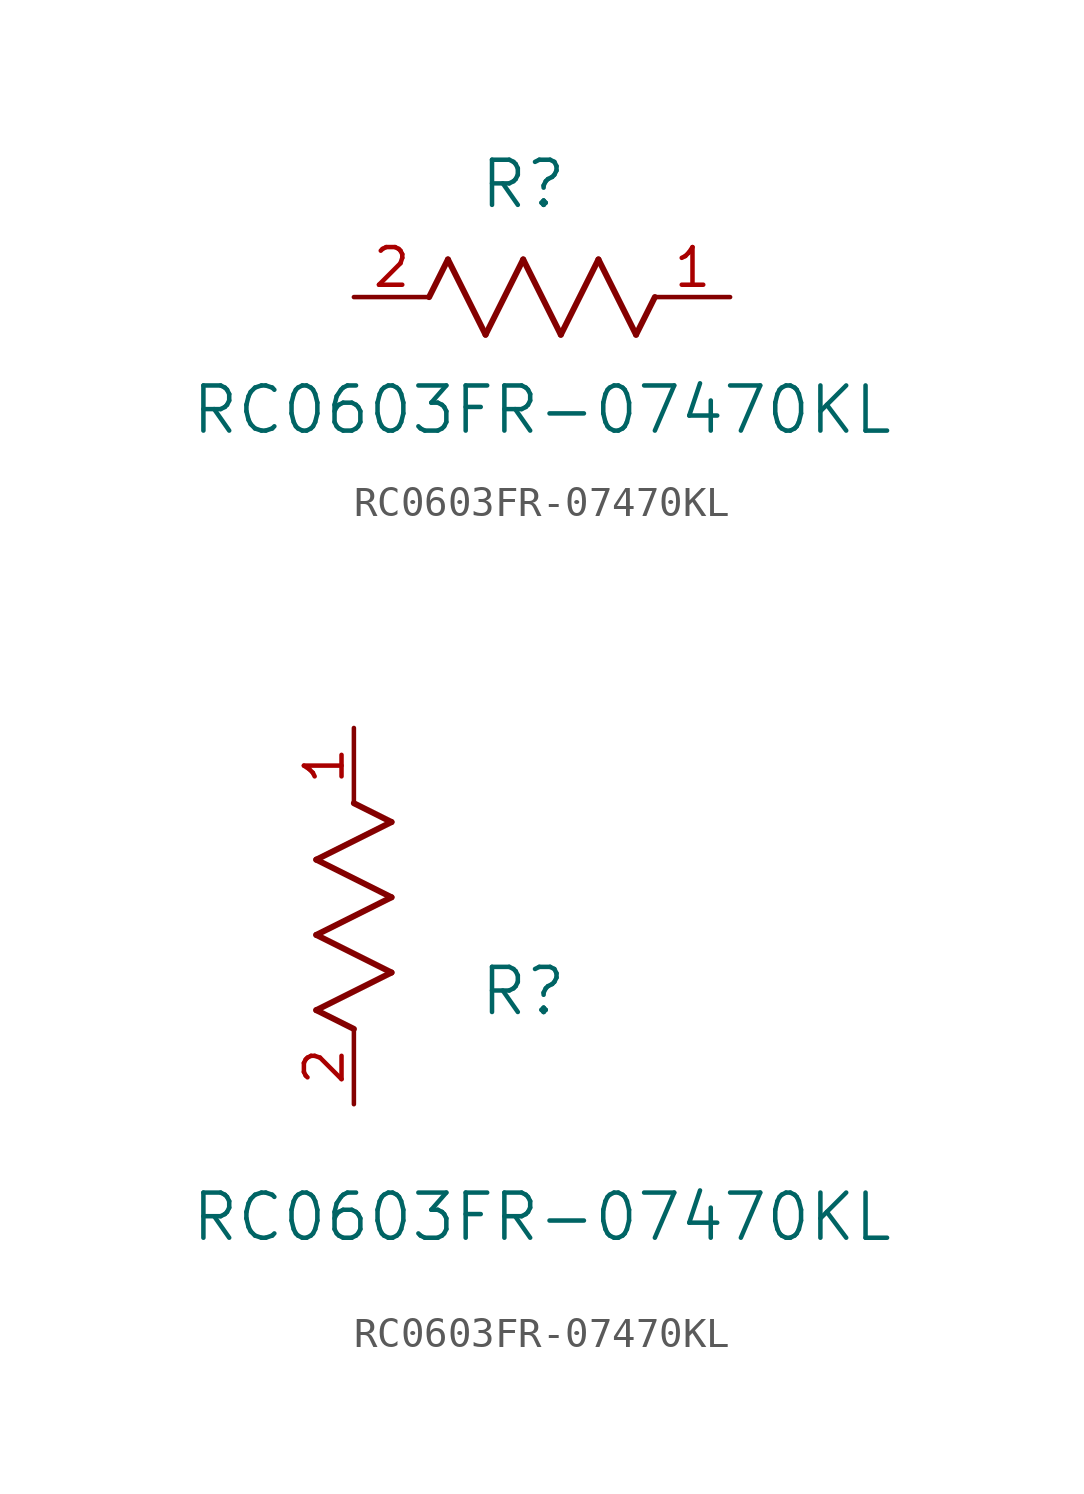
<source format=kicad_sym>
(kicad_symbol_lib
  (version 20241209)
  (generator "kicad_symbol_editor")
  (generator_version "9.0")
  (symbol "RC0603FR-07470KL"
    (pin_names
      (offset 0.254))
    (property "Reference" "R"
      (at 5.715 3.81 0)
      (effects (font (size 1.524 1.524))))
    (property "Value" "RC0603FR-07470KL"
      (at 6.35 -3.81 0)
      (effects (font (size 1.524 1.524))))
    (symbol "RC0603FR-07470KL_1_1"
      (polyline (pts (xy 2.54 0) (xy 3.175 1.27)) (stroke (width 0.203) (type default)) (fill (type none)))
      (polyline (pts (xy 3.175 1.27) (xy 4.445 -1.27)) (stroke (width 0.203) (type default)) (fill (type none)))
      (polyline (pts (xy 4.445 -1.27) (xy 5.715 1.27)) (stroke (width 0.203) (type default)) (fill (type none)))
      (polyline (pts (xy 5.715 1.27) (xy 6.985 -1.27)) (stroke (width 0.203) (type default)) (fill (type none)))
      (polyline (pts (xy 6.985 -1.27) (xy 8.255 1.27)) (stroke (width 0.203) (type default)) (fill (type none)))
      (polyline (pts (xy 8.255 1.27) (xy 9.525 -1.27)) (stroke (width 0.203) (type default)) (fill (type none)))
      (polyline (pts (xy 9.525 -1.27) (xy 10.16 0)) (stroke (width 0.203) (type default)) (fill (type none)))
      (pin unspecified line (at 0 0 0) (length 2.54) (name "" (effects (font (size 1.27 1.27)))) (number "2" (effects (font (size 1.27 1.27)))))
      (pin unspecified line (at 12.7 0 180) (length 2.54) (name "" (effects (font (size 1.27 1.27)))) (number "1" (effects (font (size 1.27 1.27))))))
    (symbol "RC0603FR-07470KL_1_2"
      (polyline (pts (xy -1.27 8.255) (xy 1.27 9.525)) (stroke (width 0.203) (type default)) (fill (type none)))
      (polyline (pts (xy -1.27 5.715) (xy 1.27 6.985)) (stroke (width 0.203) (type default)) (fill (type none)))
      (polyline (pts (xy -1.27 3.175) (xy 1.27 4.445)) (stroke (width 0.203) (type default)) (fill (type none)))
      (polyline (pts (xy 0 2.54) (xy -1.27 3.175)) (stroke (width 0.203) (type default)) (fill (type none)))
      (polyline (pts (xy 1.27 9.525) (xy 0 10.16)) (stroke (width 0.203) (type default)) (fill (type none)))
      (polyline (pts (xy 1.27 6.985) (xy -1.27 8.255)) (stroke (width 0.203) (type default)) (fill (type none)))
      (polyline (pts (xy 1.27 4.445) (xy -1.27 5.715)) (stroke (width 0.203) (type default)) (fill (type none)))
      (pin unspecified line (at 0 12.7 270) (length 2.54) (name "" (effects (font (size 1.27 1.27)))) (number "1" (effects (font (size 1.27 1.27)))))
      (pin unspecified line (at 0 0 90) (length 2.54) (name "" (effects (font (size 1.27 1.27)))) (number "2" (effects (font (size 1.27 1.27))))))))
</source>
